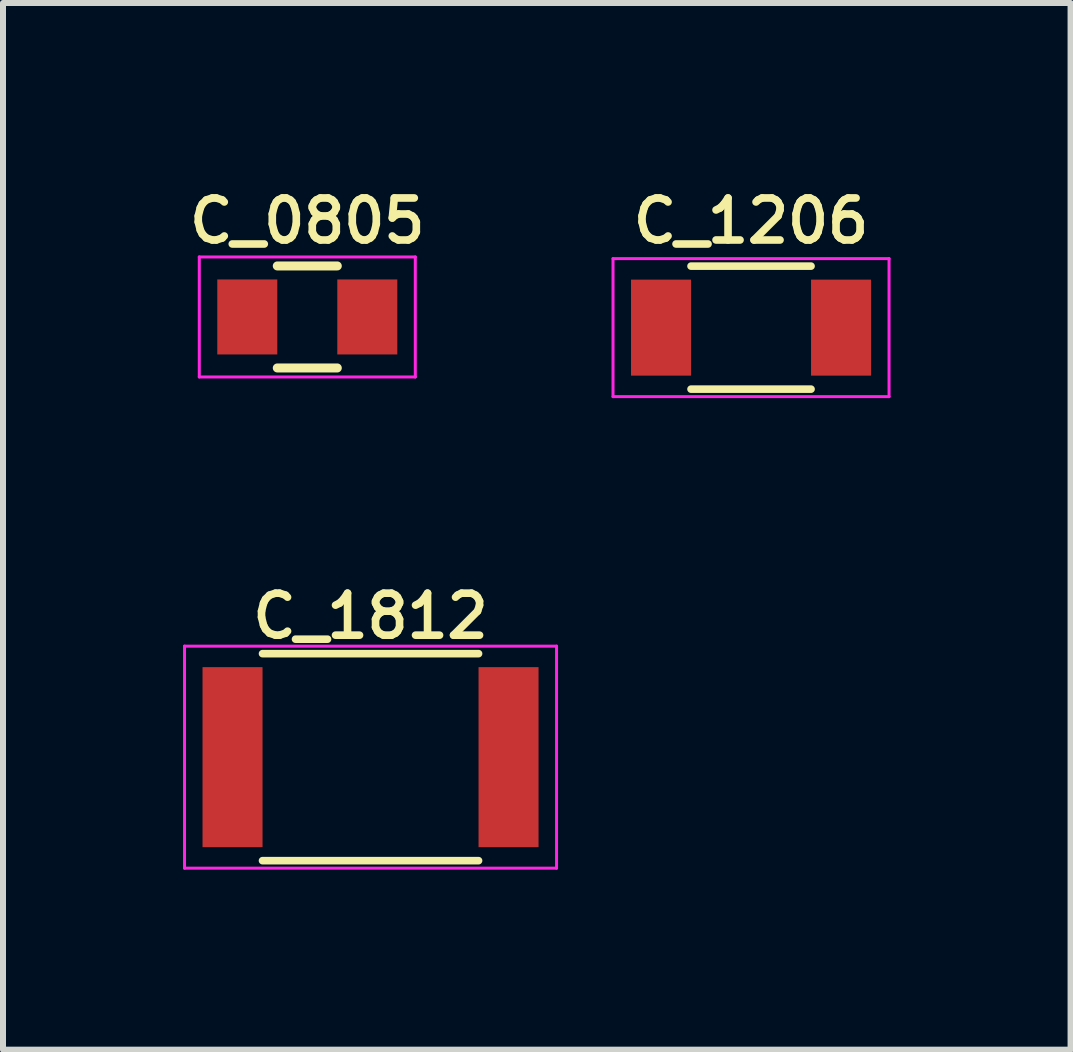
<source format=kicad_pcb>
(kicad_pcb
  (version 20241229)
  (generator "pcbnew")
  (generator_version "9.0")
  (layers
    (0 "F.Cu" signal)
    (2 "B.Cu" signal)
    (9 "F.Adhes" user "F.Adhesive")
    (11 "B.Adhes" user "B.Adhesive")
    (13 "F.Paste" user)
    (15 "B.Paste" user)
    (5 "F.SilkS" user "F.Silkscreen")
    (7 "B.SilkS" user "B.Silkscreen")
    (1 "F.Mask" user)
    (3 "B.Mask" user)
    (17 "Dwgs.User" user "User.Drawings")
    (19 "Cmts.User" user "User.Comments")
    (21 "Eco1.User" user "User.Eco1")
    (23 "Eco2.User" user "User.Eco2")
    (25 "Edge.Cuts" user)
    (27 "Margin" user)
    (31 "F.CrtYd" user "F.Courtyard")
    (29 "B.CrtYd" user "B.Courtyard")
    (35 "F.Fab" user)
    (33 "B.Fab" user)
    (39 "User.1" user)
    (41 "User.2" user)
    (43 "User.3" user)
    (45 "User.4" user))
  (footprint "C_1812"
    (layer "F.Cu")
    (at 3.125 9.568)
    (property "Reference" "C_1812" (at 0 -2.35 0) (layer "F.SilkS") (effects (font (size 0.7 0.7) (thickness 0.127))))
    (attr smd)
    (fp_line (start -1.8 1.725) (end 1.8 1.725) (stroke (width 0.127) (type solid)) (layer "F.SilkS"))
    (fp_line (start 1.8 -1.725) (end -1.8 -1.725) (stroke (width 0.127) (type solid)) (layer "F.SilkS"))
    (fp_line (start -3.1 -1.85) (end -3.1 1.85) (stroke (width 0.05) (type solid)) (layer "F.CrtYd"))
    (fp_line (start -3.1 -1.85) (end 3.1 -1.85) (stroke (width 0.05) (type solid)) (layer "F.CrtYd"))
    (fp_line (start -3.1 1.85) (end 3.1 1.85) (stroke (width 0.05) (type solid)) (layer "F.CrtYd"))
    (fp_line (start 3.1 -1.85) (end 3.1 1.85) (stroke (width 0.05) (type solid)) (layer "F.CrtYd"))
    (pad "1" smd rect (at -2.3 0) (size 1 3) (layers "F.Cu" "F.Mask" "F.Paste"))
    (pad "2" smd rect (at 2.3 0) (size 1 3) (layers "F.Cu" "F.Mask" "F.Paste")))
  (footprint "C_1206"
    (layer "F.Cu")
    (at 9.466 2.41)
    (property "Reference" "C_1206" (at 0 -1.778 0) (layer "F.SilkS") (effects (font (size 0.7 0.7) (thickness 0.127))))
    (attr smd)
    (fp_line (start -1 1.025) (end 1 1.025) (stroke (width 0.127) (type solid)) (layer "F.SilkS"))
    (fp_line (start 1 -1.025) (end -1 -1.025) (stroke (width 0.127) (type solid)) (layer "F.SilkS"))
    (fp_line (start -2.3 -1.15) (end -2.3 1.15) (stroke (width 0.05) (type solid)) (layer "F.CrtYd"))
    (fp_line (start -2.3 -1.15) (end 2.3 -1.15) (stroke (width 0.05) (type solid)) (layer "F.CrtYd"))
    (fp_line (start -2.3 1.15) (end 2.3 1.15) (stroke (width 0.05) (type solid)) (layer "F.CrtYd"))
    (fp_line (start 2.3 -1.15) (end 2.3 1.15) (stroke (width 0.05) (type solid)) (layer "F.CrtYd"))
    (pad "1" smd rect (at -1.5 0) (size 1 1.6) (layers "F.Cu" "F.Mask" "F.Paste"))
    (pad "2" smd rect (at 1.5 0) (size 1 1.6) (layers "F.Cu" "F.Mask" "F.Paste")))
  (footprint "C_0805"
    (layer "F.Cu")
    (at 2.071 2.232)
    (property "Reference" "C_0805" (at 0 -1.6 0) (layer "F.SilkS") (effects (font (size 0.7 0.7) (thickness 0.127))))
    (attr smd)
    (fp_line (start -0.5 0.85) (end 0.5 0.85) (stroke (width 0.15) (type solid)) (layer "F.SilkS"))
    (fp_line (start 0.5 -0.85) (end -0.5 -0.85) (stroke (width 0.15) (type solid)) (layer "F.SilkS"))
    (fp_line (start -1.8 -1) (end -1.8 1) (stroke (width 0.05) (type solid)) (layer "F.CrtYd"))
    (fp_line (start -1.8 -1) (end 1.8 -1) (stroke (width 0.05) (type solid)) (layer "F.CrtYd"))
    (fp_line (start -1.8 1) (end 1.8 1) (stroke (width 0.05) (type solid)) (layer "F.CrtYd"))
    (fp_line (start 1.8 -1) (end 1.8 1) (stroke (width 0.05) (type solid)) (layer "F.CrtYd"))
    (pad "1" smd rect (at -1 0) (size 1 1.25) (layers "F.Cu" "F.Mask" "F.Paste"))
    (pad "2" smd rect (at 1 0) (size 1 1.25) (layers "F.Cu" "F.Mask" "F.Paste")))
  (gr_rect
    (start -3 -3)
    (end 14.791 14.443)
    (stroke (width 0.1) (type default))
    (fill no)
    (layer "Edge.Cuts")))
</source>
